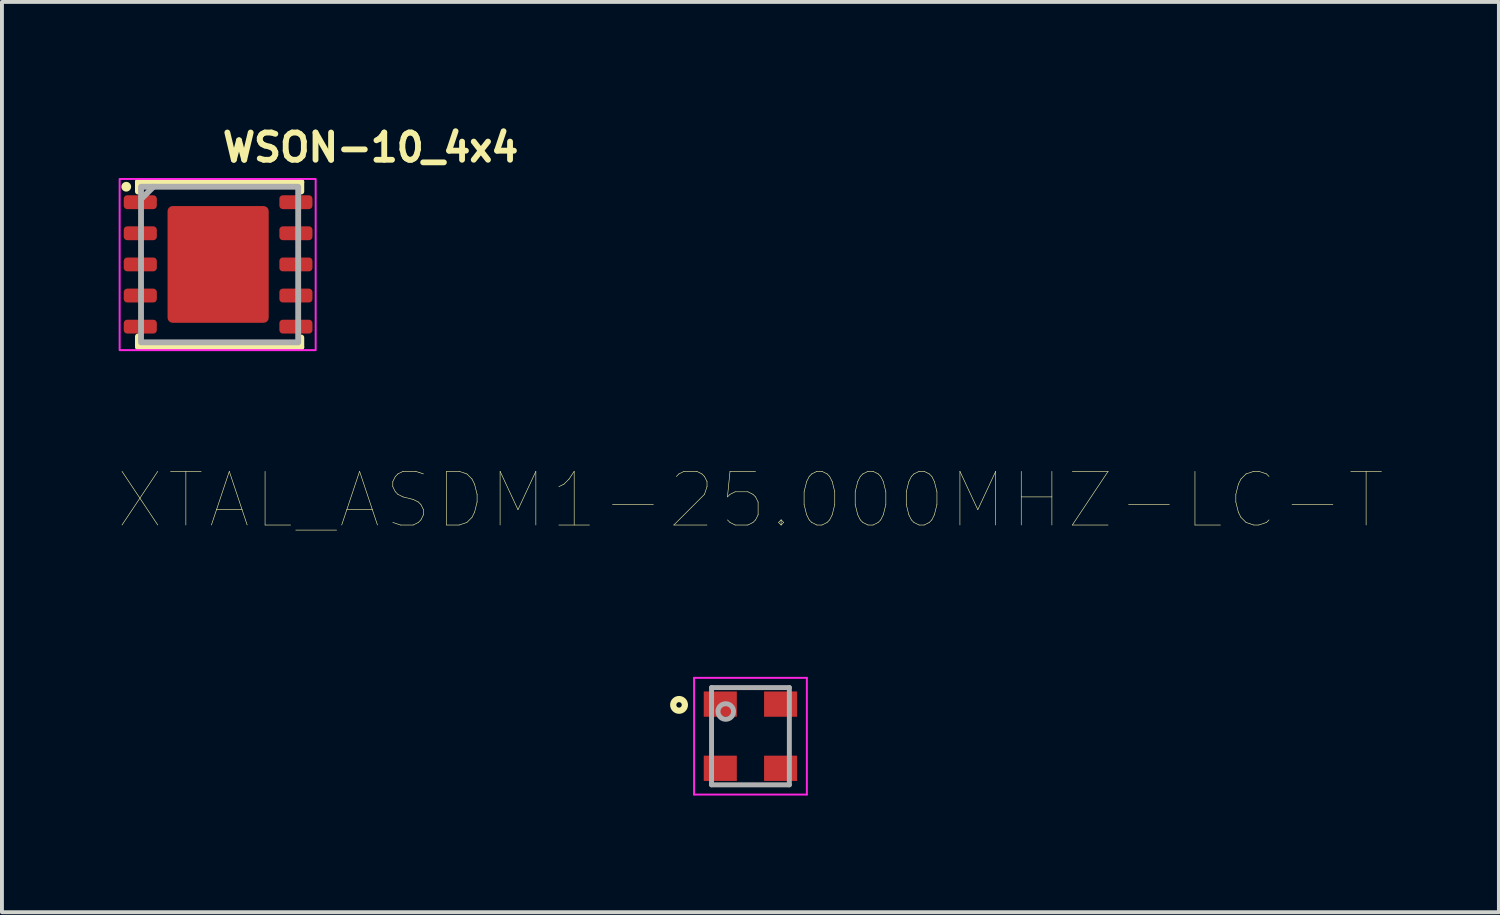
<source format=kicad_pcb>
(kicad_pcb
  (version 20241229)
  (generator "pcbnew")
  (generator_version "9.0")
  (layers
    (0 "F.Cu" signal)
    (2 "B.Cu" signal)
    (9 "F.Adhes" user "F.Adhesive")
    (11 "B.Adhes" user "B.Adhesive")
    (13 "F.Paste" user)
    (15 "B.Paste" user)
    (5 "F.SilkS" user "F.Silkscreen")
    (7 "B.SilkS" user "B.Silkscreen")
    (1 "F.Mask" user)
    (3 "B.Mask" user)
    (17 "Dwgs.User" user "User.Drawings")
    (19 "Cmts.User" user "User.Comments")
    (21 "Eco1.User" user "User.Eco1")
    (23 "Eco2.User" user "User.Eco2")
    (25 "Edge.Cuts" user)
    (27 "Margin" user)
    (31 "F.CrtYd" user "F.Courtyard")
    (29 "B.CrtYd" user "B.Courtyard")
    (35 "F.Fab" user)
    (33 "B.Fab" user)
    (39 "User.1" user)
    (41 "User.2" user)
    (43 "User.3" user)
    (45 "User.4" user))
  (footprint "WSON-10_4x4"
    (layer "F.Cu")
    (at 2.595 3.75)
    (property "Reference" "WSON-10_4x4" (at 0 -2.6 180) (layer "F.SilkS") (effects (font (size 0.7 0.7) (thickness 0.15)) (justify left bottom)))
    (attr smd)
    (fp_line (start -2.1 -2.123) (end -2.1 -1.877) (stroke (width 0.15) (type solid)) (layer "F.SilkS"))
    (fp_line (start -2.1 -2.123) (end 2.1 -2.123) (stroke (width 0.15) (type solid)) (layer "F.SilkS"))
    (fp_line (start -2.1 2.096) (end -2.1 1.85) (stroke (width 0.15) (type solid)) (layer "F.SilkS"))
    (fp_line (start 2.1 -2.123) (end 2.1 -1.877) (stroke (width 0.15) (type solid)) (layer "F.SilkS"))
    (fp_line (start 2.1 2.122) (end -2.1 2.122) (stroke (width 0.15) (type solid)) (layer "F.SilkS"))
    (fp_line (start 2.1 2.122) (end 2.1 1.876) (stroke (width 0.15) (type solid)) (layer "F.SilkS"))
    (fp_circle (center -2.4 -2) (end -2.35 -2) (stroke (width 0.15) (type solid)) (fill yes) (layer "F.SilkS"))
    (fp_rect (start -2.57 -2.2) (end 2.469 2.2) (stroke (width 0.05) (type solid)) (fill no) (layer "F.CrtYd"))
    (fp_line (start -1.7 -2) (end -2 -1.7) (stroke (width 0.15) (type solid)) (layer "F.Fab"))
    (fp_rect (start -2.02 -2) (end 2.02 2) (stroke (width 0.15) (type solid)) (fill no) (layer "F.Fab"))
    (fp_rect (start -2.02 -2) (end 2.02 2) (stroke (width 0.1) (type solid)) (fill no) (layer "User.5"))
    (fp_line (start -2.02 -1.75) (end -2.02 -1.45) (stroke (width 0.02) (type solid)) (layer "User.9"))
    (fp_line (start -2.02 -0.951) (end -2.02 -0.651) (stroke (width 0.02) (type solid)) (layer "User.9"))
    (fp_line (start -2.02 -0.15) (end -2.02 0.149) (stroke (width 0.02) (type solid)) (layer "User.9"))
    (fp_line (start -2.02 0.65) (end -2.02 0.95) (stroke (width 0.02) (type solid)) (layer "User.9"))
    (fp_line (start -2.02 1.449) (end -2.02 1.749) (stroke (width 0.02) (type solid)) (layer "User.9"))
    (fp_line (start -2 -2) (end -2 1.999) (stroke (width 0.02) (type solid)) (layer "User.9"))
    (fp_line (start -2 -1.75) (end -2.02 -1.75) (stroke (width 0.02) (type solid)) (layer "User.9"))
    (fp_line (start -2 -1.45) (end -2.02 -1.45) (stroke (width 0.02) (type solid)) (layer "User.9"))
    (fp_line (start -2 -0.951) (end -2.02 -0.951) (stroke (width 0.02) (type solid)) (layer "User.9"))
    (fp_line (start -2 -0.651) (end -2.02 -0.651) (stroke (width 0.02) (type solid)) (layer "User.9"))
    (fp_line (start -2 -0.15) (end -2.02 -0.15) (stroke (width 0.02) (type solid)) (layer "User.9"))
    (fp_line (start -2 0.149) (end -2.02 0.149) (stroke (width 0.02) (type solid)) (layer "User.9"))
    (fp_line (start -2 0.65) (end -2.02 0.65) (stroke (width 0.02) (type solid)) (layer "User.9"))
    (fp_line (start -2 0.95) (end -2.02 0.95) (stroke (width 0.02) (type solid)) (layer "User.9"))
    (fp_line (start -2 1.449) (end -2.02 1.449) (stroke (width 0.02) (type solid)) (layer "User.9"))
    (fp_line (start -2 1.749) (end -2.02 1.749) (stroke (width 0.02) (type solid)) (layer "User.9"))
    (fp_line (start -2 1.999) (end 1.999 1.999) (stroke (width 0.02) (type solid)) (layer "User.9"))
    (fp_line (start 1.999 -2) (end -2 -2) (stroke (width 0.02) (type solid)) (layer "User.9"))
    (fp_line (start 1.999 -1.75) (end 2.019 -1.75) (stroke (width 0.02) (type solid)) (layer "User.9"))
    (fp_line (start 1.999 -1.45) (end 2.019 -1.45) (stroke (width 0.02) (type solid)) (layer "User.9"))
    (fp_line (start 1.999 -0.951) (end 2.019 -0.951) (stroke (width 0.02) (type solid)) (layer "User.9"))
    (fp_line (start 1.999 -0.651) (end 2.019 -0.651) (stroke (width 0.02) (type solid)) (layer "User.9"))
    (fp_line (start 1.999 -0.15) (end 2.019 -0.15) (stroke (width 0.02) (type solid)) (layer "User.9"))
    (fp_line (start 1.999 0.149) (end 2.019 0.149) (stroke (width 0.02) (type solid)) (layer "User.9"))
    (fp_line (start 1.999 0.95) (end 2.019 0.95) (stroke (width 0.02) (type solid)) (layer "User.9"))
    (fp_line (start 1.999 1.449) (end 2.019 1.449) (stroke (width 0.02) (type solid)) (layer "User.9"))
    (fp_line (start 1.999 1.749) (end 2.019 1.749) (stroke (width 0.02) (type solid)) (layer "User.9"))
    (fp_line (start 1.999 1.999) (end 1.999 -2) (stroke (width 0.02) (type solid)) (layer "User.9"))
    (fp_line (start 2.019 -1.45) (end 2.019 -1.75) (stroke (width 0.02) (type solid)) (layer "User.9"))
    (fp_line (start 2.019 -0.651) (end 2.019 -0.951) (stroke (width 0.02) (type solid)) (layer "User.9"))
    (fp_line (start 2.019 0.149) (end 2.019 -0.15) (stroke (width 0.02) (type solid)) (layer "User.9"))
    (fp_line (start 2.019 0.65) (end 1.999 0.65) (stroke (width 0.02) (type solid)) (layer "User.9"))
    (fp_line (start 2.019 0.95) (end 2.019 0.65) (stroke (width 0.02) (type solid)) (layer "User.9"))
    (fp_line (start 2.019 1.749) (end 2.019 1.449) (stroke (width 0.02) (type solid)) (layer "User.9"))
    (fp_circle (center -1.498 -1.551) (end -1.36 -1.555) (stroke (width 0.02) (type solid)) (fill no) (layer "User.9"))
    (pad "1" smd roundrect (at -2.039 -1.603 90) (size 0.356 0.85) (layers "F.Cu" "F.Mask" "F.Paste") (roundrect_rratio 0.25))
    (pad "2" smd roundrect (at -2.039 -0.804 90) (size 0.356 0.85) (layers "F.Cu" "F.Mask" "F.Paste") (roundrect_rratio 0.25))
    (pad "3" smd roundrect (at -2.039 -0.003 90) (size 0.356 0.85) (layers "F.Cu" "F.Mask" "F.Paste") (roundrect_rratio 0.25))
    (pad "4" smd roundrect (at -2.039 0.797 90) (size 0.356 0.85) (layers "F.Cu" "F.Mask" "F.Paste") (roundrect_rratio 0.25))
    (pad "5" smd roundrect (at -2.039 1.596 90) (size 0.356 0.85) (layers "F.Cu" "F.Mask" "F.Paste") (roundrect_rratio 0.25))
    (pad "6" smd roundrect (at 1.961 1.596 90) (size 0.356 0.85) (layers "F.Cu" "F.Mask" "F.Paste") (roundrect_rratio 0.25))
    (pad "7" smd roundrect (at 1.961 0.797 90) (size 0.356 0.85) (layers "F.Cu" "F.Mask" "F.Paste") (roundrect_rratio 0.25))
    (pad "8" smd roundrect (at 1.961 -0.003 90) (size 0.356 0.85) (layers "F.Cu" "F.Mask" "F.Paste") (roundrect_rratio 0.25))
    (pad "9" smd roundrect (at 1.961 -0.804 90) (size 0.356 0.85) (layers "F.Cu" "F.Mask" "F.Paste") (roundrect_rratio 0.25))
    (pad "10" smd roundrect (at 1.961 -1.603 90) (size 0.356 0.85) (layers "F.Cu" "F.Mask" "F.Paste") (roundrect_rratio 0.25))
    (pad "11" smd roundrect (at -0.038 -0.003 180) (size 2.6 3) (layers "F.Cu" "F.Mask" "F.Paste") (roundrect_rratio 0.05)))
  (footprint "XTAL_ASDM1-25.000MHZ-LC-T"
    (layer "F.Cu")
    (at 16.24 15.874)
    (property "Reference" "XTAL_ASDM1-25.000MHZ-LC-T" (at 0.000065 -6.066 0) (layer "F.SilkS") (effects (font (size 1.379 1.379) (thickness 0.015))))
    (attr through_hole)
    (fp_circle (center -1.835 -0.805) (end -1.765 -0.805) (stroke (width 0.16) (type solid)) (fill no) (layer "F.SilkS"))
    (fp_line (start -1.45 -1.5) (end 1.45 -1.5) (stroke (width 0.05) (type solid)) (layer "F.CrtYd"))
    (fp_line (start -1.45 1.5) (end -1.45 -1.5) (stroke (width 0.05) (type solid)) (layer "F.CrtYd"))
    (fp_line (start 1.45 -1.5) (end 1.45 1.5) (stroke (width 0.05) (type solid)) (layer "F.CrtYd"))
    (fp_line (start 1.45 1.5) (end -1.45 1.5) (stroke (width 0.05) (type solid)) (layer "F.CrtYd"))
    (fp_line (start -1 -1.25) (end 1 -1.25) (stroke (width 0.127) (type solid)) (layer "F.Fab"))
    (fp_line (start -1 1.25) (end -1 -1.25) (stroke (width 0.127) (type solid)) (layer "F.Fab"))
    (fp_line (start 1 -1.25) (end 1 1.25) (stroke (width 0.127) (type solid)) (layer "F.Fab"))
    (fp_line (start 1 1.25) (end -1 1.25) (stroke (width 0.127) (type solid)) (layer "F.Fab"))
    (fp_circle (center -0.635 -0.635) (end -0.435 -0.635) (stroke (width 0.127) (type solid)) (fill no) (layer "F.Fab"))
    (pad "1" smd rect (at -0.775 -0.825) (size 0.85 0.65) (layers "F.Cu" "F.Mask" "F.Paste"))
    (pad "2" smd rect (at -0.775 0.825) (size 0.85 0.65) (layers "F.Cu" "F.Mask" "F.Paste"))
    (pad "3" smd rect (at 0.775 0.825) (size 0.85 0.65) (layers "F.Cu" "F.Mask" "F.Paste"))
    (pad "4" smd rect (at 0.775 -0.825) (size 0.85 0.65) (layers "F.Cu" "F.Mask" "F.Paste")))
  (gr_rect
    (start -3 -3)
    (end 35.479 20.399)
    (stroke (width 0.1) (type default))
    (fill no)
    (layer "Edge.Cuts")))
</source>
